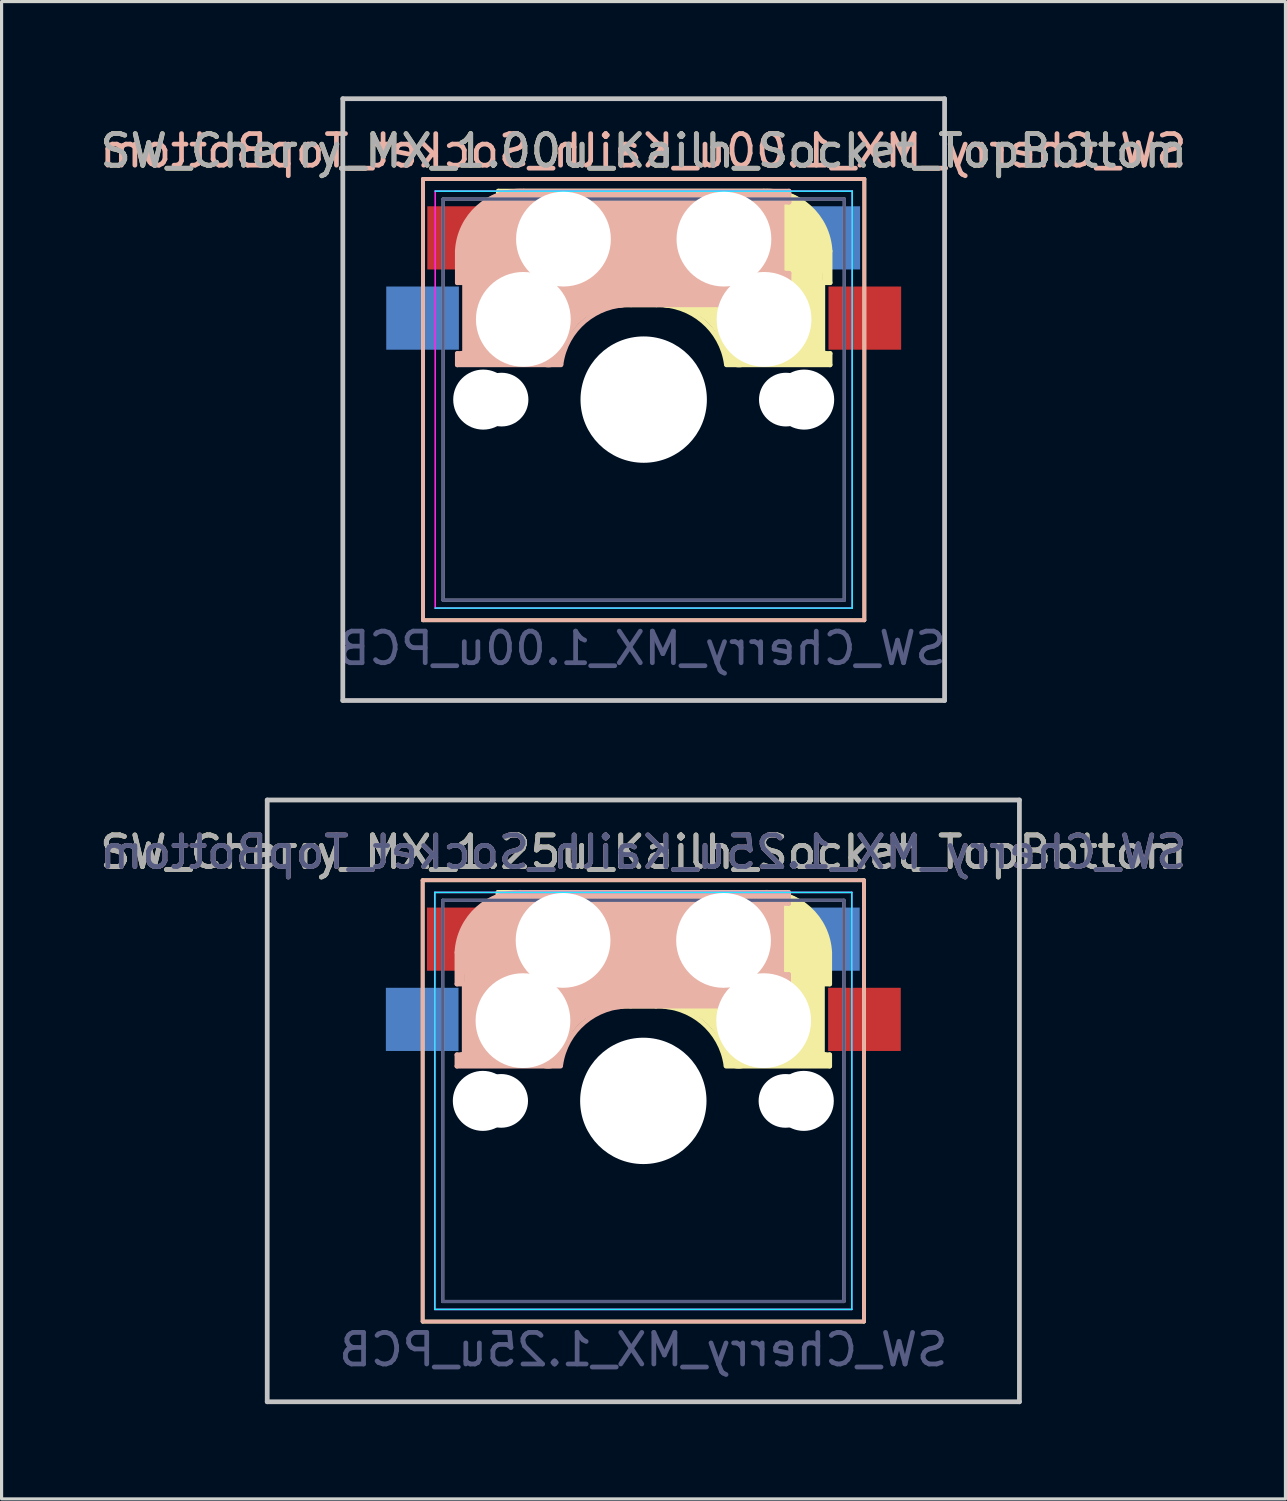
<source format=kicad_pcb>
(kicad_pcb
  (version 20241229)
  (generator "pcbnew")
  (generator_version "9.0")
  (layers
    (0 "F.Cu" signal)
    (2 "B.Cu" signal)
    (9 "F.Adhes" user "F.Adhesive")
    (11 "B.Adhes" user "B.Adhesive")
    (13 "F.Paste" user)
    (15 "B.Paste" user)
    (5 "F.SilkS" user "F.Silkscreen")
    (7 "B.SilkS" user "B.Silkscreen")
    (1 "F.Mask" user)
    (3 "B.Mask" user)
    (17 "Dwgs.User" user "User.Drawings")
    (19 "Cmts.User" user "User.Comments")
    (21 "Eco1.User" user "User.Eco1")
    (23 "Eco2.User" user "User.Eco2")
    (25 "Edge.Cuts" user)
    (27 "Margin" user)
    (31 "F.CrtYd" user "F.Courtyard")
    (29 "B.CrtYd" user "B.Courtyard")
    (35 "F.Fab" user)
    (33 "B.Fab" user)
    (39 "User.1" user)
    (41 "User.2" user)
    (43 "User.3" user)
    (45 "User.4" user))
  (footprint "SW_Cherry_MX_1.00u_Kailh_Socket_TopBottom"
    (layer "F.Cu")
    (at 19.867 4.52)
    (property "Reference" "SW_Cherry_MX_1.00u_Kailh_Socket_TopBottom" (at -2.54 -2.794 0) (layer "F.SilkS") (effects (font (size 1 1) (thickness 0.15))))
    (property "Value" "SW_Cherry_MX_1.00u_PCB" (at -2.54 12.954 0) (layer "F.Fab") (hide yes) (effects (font (size 1 1) (thickness 0.15))))
    (attr through_hole)
    (fp_line (start -9.525 -1.905) (end 4.445 -1.905) (stroke (width 0.12) (type solid)) (layer "F.SilkS"))
    (fp_line (start -9.525 12.065) (end -9.525 -1.905) (stroke (width 0.12) (type solid)) (layer "F.SilkS"))
    (fp_line (start -7.14 -1.52) (end 1.26 -1.52) (stroke (width 0.15) (type solid)) (layer "F.SilkS"))
    (fp_line (start -7.14 -1.17) (end -7.14 -1.52) (stroke (width 0.15) (type solid)) (layer "F.SilkS"))
    (fp_line (start -7.14 1.08) (end -6.94 1.08) (stroke (width 0.15) (type solid)) (layer "F.SilkS"))
    (fp_line (start -7.14 2.08) (end -7.14 1.08) (stroke (width 0.15) (type solid)) (layer "F.SilkS"))
    (fp_line (start -6.94 -1.32) (end -5.54 -1.32) (stroke (width 0.4) (type solid)) (layer "F.SilkS"))
    (fp_line (start -6.94 -1.17) (end -7.14 -1.17) (stroke (width 0.15) (type solid)) (layer "F.SilkS"))
    (fp_line (start -6.94 1.18) (end -6.94 1.88) (stroke (width 0.4) (type solid)) (layer "F.SilkS"))
    (fp_line (start -6.92 1.08) (end -6.92 -1.17) (stroke (width 0.15) (type solid)) (layer "F.SilkS"))
    (fp_line (start -6.84 1.78) (end -5.44 1.78) (stroke (width 0.5) (type solid)) (layer "F.SilkS"))
    (fp_line (start -6.44 -0.92) (end -6.44 1.58) (stroke (width 1) (type solid)) (layer "F.SilkS"))
    (fp_line (start -5.14 0.28) (end 1.56 0.28) (stroke (width 3.5) (type solid)) (layer "F.SilkS"))
    (fp_line (start -2.14 2.08) (end -7.14 2.08) (stroke (width 0.15) (type solid)) (layer "F.SilkS"))
    (fp_line (start 1.63 -0.02) (end 1.63 2.22) (stroke (width 3) (type solid)) (layer "F.SilkS"))
    (fp_line (start 2.76 3.48) (end 2.76 1.68) (stroke (width 0.8) (type solid)) (layer "F.SilkS"))
    (fp_line (start 3.13 1.38) (end 3.13 3.62) (stroke (width 0.15) (type solid)) (layer "F.SilkS"))
    (fp_line (start 3.16 3.62) (end 3.36 3.62) (stroke (width 0.15) (type solid)) (layer "F.SilkS"))
    (fp_line (start 3.16 3.78) (end 0.46 3.78) (stroke (width 0.5) (type solid)) (layer "F.SilkS"))
    (fp_line (start 3.26 1.28) (end 3.26 0.38) (stroke (width 0.3) (type solid)) (layer "F.SilkS"))
    (fp_line (start 3.36 0.38) (end 3.36 1.38) (stroke (width 0.15) (type solid)) (layer "F.SilkS"))
    (fp_line (start 3.36 1.38) (end 3.16 1.38) (stroke (width 0.15) (type solid)) (layer "F.SilkS"))
    (fp_line (start 3.36 3.98) (end 0.08 3.98) (stroke (width 0.15) (type solid)) (layer "F.SilkS"))
    (fp_line (start 3.36 3.98) (end 3.36 3.62) (stroke (width 0.15) (type solid)) (layer "F.SilkS"))
    (fp_line (start 4.445 -1.905) (end 4.445 12.065) (stroke (width 0.12) (type solid)) (layer "F.SilkS"))
    (fp_line (start 4.445 12.065) (end -9.525 12.065) (stroke (width 0.12) (type solid)) (layer "F.SilkS"))
    (fp_arc (start -2.14 2.08) (mid -0.671291 2.593882) (end 0.076318 3.958529) (stroke (width 0.15) (type solid)) (layer "F.SilkS"))
    (fp_arc (start -1.74 1.68) (mid -0.271291 2.193882) (end 0.476318 3.558529) (stroke (width 1) (type solid)) (layer "F.SilkS"))
    (fp_arc (start 1.26 -1.520001) (mid 2.703504 -1.004925) (end 3.360001 0.38) (stroke (width 0.15) (type solid)) (layer "F.SilkS"))
    (fp_line (start -9.525 12.065) (end -9.525 -1.905) (stroke (width 0.12) (type solid)) (layer "B.SilkS"))
    (fp_line (start -9.525 12.065) (end 4.445 12.065) (stroke (width 0.12) (type solid)) (layer "B.SilkS"))
    (fp_line (start -8.44 0.38) (end -8.44 1.38) (stroke (width 0.15) (type solid)) (layer "B.SilkS"))
    (fp_line (start -8.44 1.38) (end -8.24 1.38) (stroke (width 0.15) (type solid)) (layer "B.SilkS"))
    (fp_line (start -8.44 3.98) (end -8.44 3.62) (stroke (width 0.15) (type solid)) (layer "B.SilkS"))
    (fp_line (start -8.44 3.98) (end -5.16 3.98) (stroke (width 0.15) (type solid)) (layer "B.SilkS"))
    (fp_line (start -8.34 1.28) (end -8.34 0.38) (stroke (width 0.3) (type solid)) (layer "B.SilkS"))
    (fp_line (start -8.24 3.62) (end -8.44 3.62) (stroke (width 0.15) (type solid)) (layer "B.SilkS"))
    (fp_line (start -8.24 3.78) (end -5.54 3.78) (stroke (width 0.5) (type solid)) (layer "B.SilkS"))
    (fp_line (start -8.21 1.38) (end -8.21 3.62) (stroke (width 0.15) (type solid)) (layer "B.SilkS"))
    (fp_line (start -7.84 3.48) (end -7.84 1.68) (stroke (width 0.8) (type solid)) (layer "B.SilkS"))
    (fp_line (start -6.71 -0.02) (end -6.71 2.22) (stroke (width 3) (type solid)) (layer "B.SilkS"))
    (fp_line (start -2.94 2.08) (end 2.06 2.08) (stroke (width 0.15) (type solid)) (layer "B.SilkS"))
    (fp_line (start 0.06 0.28) (end -6.64 0.28) (stroke (width 3.5) (type solid)) (layer "B.SilkS"))
    (fp_line (start 1.36 -0.92) (end 1.36 1.58) (stroke (width 1) (type solid)) (layer "B.SilkS"))
    (fp_line (start 1.76 1.78) (end 0.36 1.78) (stroke (width 0.5) (type solid)) (layer "B.SilkS"))
    (fp_line (start 1.84 1.08) (end 1.84 -1.17) (stroke (width 0.15) (type solid)) (layer "B.SilkS"))
    (fp_line (start 1.86 -1.32) (end 0.46 -1.32) (stroke (width 0.4) (type solid)) (layer "B.SilkS"))
    (fp_line (start 1.86 -1.17) (end 2.06 -1.17) (stroke (width 0.15) (type solid)) (layer "B.SilkS"))
    (fp_line (start 1.86 1.18) (end 1.86 1.88) (stroke (width 0.4) (type solid)) (layer "B.SilkS"))
    (fp_line (start 2.06 -1.52) (end -6.34 -1.52) (stroke (width 0.15) (type solid)) (layer "B.SilkS"))
    (fp_line (start 2.06 -1.17) (end 2.06 -1.52) (stroke (width 0.15) (type solid)) (layer "B.SilkS"))
    (fp_line (start 2.06 1.08) (end 1.86 1.08) (stroke (width 0.15) (type solid)) (layer "B.SilkS"))
    (fp_line (start 2.06 2.08) (end 2.06 1.08) (stroke (width 0.15) (type solid)) (layer "B.SilkS"))
    (fp_line (start 4.445 -1.905) (end -9.525 -1.905) (stroke (width 0.12) (type solid)) (layer "B.SilkS"))
    (fp_line (start 4.445 -1.905) (end 4.445 12.065) (stroke (width 0.12) (type solid)) (layer "B.SilkS"))
    (fp_arc (start -8.44 0.380001) (mid -7.783504 -1.004924) (end -6.340001 -1.52) (stroke (width 0.15) (type solid)) (layer "B.SilkS"))
    (fp_arc (start -5.556318 3.558529) (mid -4.808709 2.193882) (end -3.34 1.68) (stroke (width 1) (type solid)) (layer "B.SilkS"))
    (fp_arc (start -5.156318 3.958529) (mid -4.408709 2.593882) (end -2.94 2.08) (stroke (width 0.15) (type solid)) (layer "B.SilkS"))
    (fp_line (start -12.065 -4.445) (end 6.985 -4.445) (stroke (width 0.15) (type solid)) (layer "Dwgs.User"))
    (fp_line (start -12.065 14.605) (end -12.065 -4.445) (stroke (width 0.15) (type solid)) (layer "Dwgs.User"))
    (fp_line (start 6.985 -4.445) (end 6.985 14.605) (stroke (width 0.15) (type solid)) (layer "Dwgs.User"))
    (fp_line (start 6.985 14.605) (end -12.065 14.605) (stroke (width 0.15) (type solid)) (layer "Dwgs.User"))
    (fp_line (start -9.14 11.68) (end 4.06 11.68) (stroke (width 0.05) (type solid)) (layer "B.CrtYd"))
    (fp_line (start 4.06 -1.52) (end -9.14 -1.52) (stroke (width 0.05) (type solid)) (layer "B.CrtYd"))
    (fp_line (start 4.06 -1.52) (end 4.06 11.68) (stroke (width 0.05) (type solid)) (layer "B.CrtYd"))
    (fp_line (start -9.14 -1.52) (end 4.06 -1.52) (stroke (width 0.05) (type solid)) (layer "F.CrtYd"))
    (fp_line (start -9.14 11.68) (end -9.14 -1.52) (stroke (width 0.05) (type solid)) (layer "F.CrtYd"))
    (fp_line (start 4.06 -1.52) (end 4.06 11.68) (stroke (width 0.05) (type solid)) (layer "F.CrtYd"))
    (fp_line (start 4.06 11.68) (end -9.14 11.68) (stroke (width 0.05) (type solid)) (layer "F.CrtYd"))
    (fp_line (start -8.89 11.43) (end -8.89 -1.27) (stroke (width 0.1) (type solid)) (layer "B.Fab"))
    (fp_line (start -8.89 11.43) (end 3.81 11.43) (stroke (width 0.1) (type solid)) (layer "B.Fab"))
    (fp_line (start 3.81 -1.27) (end -8.89 -1.27) (stroke (width 0.1) (type solid)) (layer "B.Fab"))
    (fp_line (start 3.81 -1.27) (end 3.81 11.43) (stroke (width 0.1) (type solid)) (layer "B.Fab"))
    (fp_line (start -8.89 -1.27) (end 3.81 -1.27) (stroke (width 0.1) (type solid)) (layer "F.Fab"))
    (fp_line (start -8.89 11.43) (end -8.89 -1.27) (stroke (width 0.1) (type solid)) (layer "F.Fab"))
    (fp_line (start 3.81 -1.27) (end 3.81 11.43) (stroke (width 0.1) (type solid)) (layer "F.Fab"))
    (fp_line (start 3.81 11.43) (end -8.89 11.43) (stroke (width 0.1) (type solid)) (layer "F.Fab"))
    (fp_text user "${REFERENCE}" (at -2.552 -2.796 0) (layer "B.SilkS") (effects (font (size 1 1) (thickness 0.15)) (justify mirror)))
    (fp_text user "${VALUE}" (at -2.6 12.954 0) (layer "B.Fab") (effects (font (size 1 1) (thickness 0.15)) (justify mirror)))
    (fp_text user "${REFERENCE}" (at -2.54 -2.794 0) (layer "F.Fab") (effects (font (size 1 1) (thickness 0.15))))
    (pad "" np_thru_hole circle (at -7.62 5.08) (size 1.9 1.9) (drill 1.9) (layers "*.Cu" "*.Mask"))
    (pad "" np_thru_hole circle (at -7.04 5.08) (size 1.7 1.7) (drill 1.7) (layers "*.Cu" "*.Mask"))
    (pad "" np_thru_hole circle (at -6.35 2.54) (size 3 3) (drill 3) (layers "*.Cu" "*.Mask"))
    (pad "" np_thru_hole circle (at -5.08 0) (size 3 3) (drill 3) (layers "*.Cu" "*.Mask"))
    (pad "" np_thru_hole circle (at -2.54 5.08) (size 4 4) (drill 4) (layers "*.Cu" "*.Mask"))
    (pad "" np_thru_hole circle (at 0 0) (size 3 3) (drill 3) (layers "*.Cu" "*.Mask"))
    (pad "" np_thru_hole circle (at 1.27 2.54) (size 3 3) (drill 3) (layers "*.Cu" "*.Mask"))
    (pad "" np_thru_hole circle (at 1.96 5.08) (size 1.7 1.7) (drill 1.7) (layers "*.Cu" "*.Mask"))
    (pad "" np_thru_hole circle (at 2.54 5.08) (size 1.9 1.9) (drill 1.9) (layers "*.Cu" "*.Mask"))
    (pad "1" smd rect (at 3.16 -0.04) (size 2.3 2) (layers "B.Cu" "B.Mask" "B.Paste"))
    (pad "1" smd rect (at 4.46 2.5) (size 2.3 2) (layers "F.Cu" "F.Mask" "F.Paste"))
    (pad "2" smd rect (at -9.54 2.5) (size 2.3 2) (layers "B.Cu" "B.Mask" "B.Paste"))
    (pad "2" smd rect (at -8.24 -0.04) (size 2.3 2) (layers "F.Cu" "F.Mask" "F.Paste")))
  (footprint "SW_Cherry_MX_1.25u_Kailh_Socket_TopBottom"
    (layer "F.Cu")
    (at 19.855 26.72)
    (property "Reference" "SW_Cherry_MX_1.25u_Kailh_Socket_TopBottom" (at -2.54 -2.794 0) (layer "F.SilkS") (effects (font (size 1 1) (thickness 0.15))))
    (property "Value" "SW_Cherry_MX_1.25u_PCB" (at -2.54 12.954 0) (layer "F.Fab") (hide yes) (effects (font (size 1 1) (thickness 0.15))))
    (fp_line (start -9.525 -1.905) (end 4.445 -1.905) (stroke (width 0.12) (type solid)) (layer "F.SilkS"))
    (fp_line (start -9.525 12.065) (end -9.525 -1.905) (stroke (width 0.12) (type solid)) (layer "F.SilkS"))
    (fp_line (start -7.14 -1.52) (end 1.26 -1.52) (stroke (width 0.15) (type solid)) (layer "F.SilkS"))
    (fp_line (start -7.14 -1.17) (end -7.14 -1.52) (stroke (width 0.15) (type solid)) (layer "F.SilkS"))
    (fp_line (start -7.14 1.08) (end -6.94 1.08) (stroke (width 0.15) (type solid)) (layer "F.SilkS"))
    (fp_line (start -7.14 2.08) (end -7.14 1.08) (stroke (width 0.15) (type solid)) (layer "F.SilkS"))
    (fp_line (start -6.94 -1.32) (end -5.54 -1.32) (stroke (width 0.4) (type solid)) (layer "F.SilkS"))
    (fp_line (start -6.94 -1.17) (end -7.14 -1.17) (stroke (width 0.15) (type solid)) (layer "F.SilkS"))
    (fp_line (start -6.94 1.18) (end -6.94 1.88) (stroke (width 0.4) (type solid)) (layer "F.SilkS"))
    (fp_line (start -6.92 1.08) (end -6.92 -1.17) (stroke (width 0.15) (type solid)) (layer "F.SilkS"))
    (fp_line (start -6.84 1.78) (end -5.44 1.78) (stroke (width 0.5) (type solid)) (layer "F.SilkS"))
    (fp_line (start -6.44 -0.92) (end -6.44 1.58) (stroke (width 1) (type solid)) (layer "F.SilkS"))
    (fp_line (start -5.14 0.28) (end 1.56 0.28) (stroke (width 3.5) (type solid)) (layer "F.SilkS"))
    (fp_line (start -2.14 2.08) (end -7.14 2.08) (stroke (width 0.15) (type solid)) (layer "F.SilkS"))
    (fp_line (start 1.63 -0.02) (end 1.63 2.22) (stroke (width 3) (type solid)) (layer "F.SilkS"))
    (fp_line (start 2.76 3.48) (end 2.76 1.68) (stroke (width 0.8) (type solid)) (layer "F.SilkS"))
    (fp_line (start 3.13 1.38) (end 3.13 3.62) (stroke (width 0.15) (type solid)) (layer "F.SilkS"))
    (fp_line (start 3.16 3.62) (end 3.36 3.62) (stroke (width 0.15) (type solid)) (layer "F.SilkS"))
    (fp_line (start 3.16 3.78) (end 0.46 3.78) (stroke (width 0.5) (type solid)) (layer "F.SilkS"))
    (fp_line (start 3.26 1.28) (end 3.26 0.38) (stroke (width 0.3) (type solid)) (layer "F.SilkS"))
    (fp_line (start 3.36 0.38) (end 3.36 1.38) (stroke (width 0.15) (type solid)) (layer "F.SilkS"))
    (fp_line (start 3.36 1.38) (end 3.16 1.38) (stroke (width 0.15) (type solid)) (layer "F.SilkS"))
    (fp_line (start 3.36 3.98) (end 0.08 3.98) (stroke (width 0.15) (type solid)) (layer "F.SilkS"))
    (fp_line (start 3.36 3.98) (end 3.36 3.62) (stroke (width 0.15) (type solid)) (layer "F.SilkS"))
    (fp_line (start 4.445 -1.905) (end 4.445 12.065) (stroke (width 0.12) (type solid)) (layer "F.SilkS"))
    (fp_line (start 4.445 12.065) (end -9.525 12.065) (stroke (width 0.12) (type solid)) (layer "F.SilkS"))
    (fp_arc (start -2.14 2.08) (mid -0.671291 2.593882) (end 0.076318 3.958529) (stroke (width 0.15) (type solid)) (layer "F.SilkS"))
    (fp_arc (start -1.74 1.68) (mid -0.271291 2.193882) (end 0.476318 3.558529) (stroke (width 1) (type solid)) (layer "F.SilkS"))
    (fp_arc (start 1.26 -1.520001) (mid 2.703504 -1.004925) (end 3.360001 0.38) (stroke (width 0.15) (type solid)) (layer "F.SilkS"))
    (fp_line (start -9.525 -1.905) (end -9.525 12.065) (stroke (width 0.12) (type solid)) (layer "B.SilkS"))
    (fp_line (start -9.525 12.065) (end 4.445 12.065) (stroke (width 0.12) (type solid)) (layer "B.SilkS"))
    (fp_line (start -8.44 0.38) (end -8.44 1.38) (stroke (width 0.15) (type solid)) (layer "B.SilkS"))
    (fp_line (start -8.44 1.38) (end -8.24 1.38) (stroke (width 0.15) (type solid)) (layer "B.SilkS"))
    (fp_line (start -8.44 3.98) (end -8.44 3.62) (stroke (width 0.15) (type solid)) (layer "B.SilkS"))
    (fp_line (start -8.44 3.98) (end -5.16 3.98) (stroke (width 0.15) (type solid)) (layer "B.SilkS"))
    (fp_line (start -8.34 1.28) (end -8.34 0.38) (stroke (width 0.3) (type solid)) (layer "B.SilkS"))
    (fp_line (start -8.24 3.62) (end -8.44 3.62) (stroke (width 0.15) (type solid)) (layer "B.SilkS"))
    (fp_line (start -8.24 3.78) (end -5.54 3.78) (stroke (width 0.5) (type solid)) (layer "B.SilkS"))
    (fp_line (start -8.21 1.38) (end -8.21 3.62) (stroke (width 0.15) (type solid)) (layer "B.SilkS"))
    (fp_line (start -7.84 3.48) (end -7.84 1.68) (stroke (width 0.8) (type solid)) (layer "B.SilkS"))
    (fp_line (start -6.71 -0.02) (end -6.71 2.22) (stroke (width 3) (type solid)) (layer "B.SilkS"))
    (fp_line (start -2.94 2.08) (end 2.06 2.08) (stroke (width 0.15) (type solid)) (layer "B.SilkS"))
    (fp_line (start 0.06 0.28) (end -6.64 0.28) (stroke (width 3.5) (type solid)) (layer "B.SilkS"))
    (fp_line (start 1.36 -0.92) (end 1.36 1.58) (stroke (width 1) (type solid)) (layer "B.SilkS"))
    (fp_line (start 1.76 1.78) (end 0.36 1.78) (stroke (width 0.5) (type solid)) (layer "B.SilkS"))
    (fp_line (start 1.84 1.08) (end 1.84 -1.17) (stroke (width 0.15) (type solid)) (layer "B.SilkS"))
    (fp_line (start 1.86 -1.32) (end 0.46 -1.32) (stroke (width 0.4) (type solid)) (layer "B.SilkS"))
    (fp_line (start 1.86 -1.17) (end 2.06 -1.17) (stroke (width 0.15) (type solid)) (layer "B.SilkS"))
    (fp_line (start 1.86 1.18) (end 1.86 1.88) (stroke (width 0.4) (type solid)) (layer "B.SilkS"))
    (fp_line (start 2.06 -1.52) (end -6.34 -1.52) (stroke (width 0.15) (type solid)) (layer "B.SilkS"))
    (fp_line (start 2.06 -1.17) (end 2.06 -1.52) (stroke (width 0.15) (type solid)) (layer "B.SilkS"))
    (fp_line (start 2.06 1.08) (end 1.86 1.08) (stroke (width 0.15) (type solid)) (layer "B.SilkS"))
    (fp_line (start 2.06 2.08) (end 2.06 1.08) (stroke (width 0.15) (type solid)) (layer "B.SilkS"))
    (fp_line (start 4.445 -1.905) (end -9.525 -1.905) (stroke (width 0.12) (type solid)) (layer "B.SilkS"))
    (fp_line (start 4.445 12.065) (end 4.445 -1.905) (stroke (width 0.12) (type solid)) (layer "B.SilkS"))
    (fp_arc (start -8.44 0.380001) (mid -7.783504 -1.004924) (end -6.340001 -1.52) (stroke (width 0.15) (type solid)) (layer "B.SilkS"))
    (fp_arc (start -5.556318 3.558529) (mid -4.808709 2.193882) (end -3.34 1.68) (stroke (width 1) (type solid)) (layer "B.SilkS"))
    (fp_arc (start -5.156318 3.958529) (mid -4.408709 2.593882) (end -2.94 2.08) (stroke (width 0.15) (type solid)) (layer "B.SilkS"))
    (fp_line (start -14.446 -4.445) (end 9.366 -4.445) (stroke (width 0.15) (type solid)) (layer "Dwgs.User"))
    (fp_line (start -14.446 14.605) (end -14.446 -4.445) (stroke (width 0.15) (type solid)) (layer "Dwgs.User"))
    (fp_line (start 9.366 -4.445) (end 9.366 14.605) (stroke (width 0.15) (type solid)) (layer "Dwgs.User"))
    (fp_line (start 9.366 14.605) (end -14.446 14.605) (stroke (width 0.15) (type solid)) (layer "Dwgs.User"))
    (fp_line (start -9.14 -1.52) (end -9.14 11.68) (stroke (width 0.05) (type solid)) (layer "B.CrtYd"))
    (fp_line (start -9.14 11.68) (end 4.06 11.68) (stroke (width 0.05) (type solid)) (layer "B.CrtYd"))
    (fp_line (start 4.06 -1.52) (end -9.14 -1.52) (stroke (width 0.05) (type solid)) (layer "B.CrtYd"))
    (fp_line (start 4.06 11.68) (end 4.06 -1.52) (stroke (width 0.05) (type solid)) (layer "B.CrtYd"))
    (fp_line (start -9.14 -1.52) (end 4.06 -1.52) (stroke (width 0.05) (type solid)) (layer "F.CrtYd"))
    (fp_line (start -9.14 11.68) (end -9.14 -1.52) (stroke (width 0.05) (type solid)) (layer "F.CrtYd"))
    (fp_line (start 4.06 -1.52) (end 4.06 11.68) (stroke (width 0.05) (type solid)) (layer "F.CrtYd"))
    (fp_line (start 4.06 11.68) (end -9.14 11.68) (stroke (width 0.05) (type solid)) (layer "F.CrtYd"))
    (fp_line (start -8.89 -1.27) (end -8.89 11.43) (stroke (width 0.1) (type solid)) (layer "B.Fab"))
    (fp_line (start -8.89 11.43) (end 3.81 11.43) (stroke (width 0.1) (type solid)) (layer "B.Fab"))
    (fp_line (start 3.81 -1.27) (end -8.89 -1.27) (stroke (width 0.1) (type solid)) (layer "B.Fab"))
    (fp_line (start 3.81 11.43) (end 3.81 -1.27) (stroke (width 0.1) (type solid)) (layer "B.Fab"))
    (fp_line (start -8.89 -1.27) (end 3.81 -1.27) (stroke (width 0.1) (type solid)) (layer "F.Fab"))
    (fp_line (start -8.89 11.43) (end -8.89 -1.27) (stroke (width 0.1) (type solid)) (layer "F.Fab"))
    (fp_line (start 3.81 -1.27) (end 3.81 11.43) (stroke (width 0.1) (type solid)) (layer "F.Fab"))
    (fp_line (start 3.81 11.43) (end -8.89 11.43) (stroke (width 0.1) (type solid)) (layer "F.Fab"))
    (fp_text user "${REFERENCE}" (at -2.54 -2.794 0) (layer "B.SilkS") (effects (font (size 1 1) (thickness 0.15)) (justify mirror)))
    (fp_text user "${VALUE}" (at -2.54 12.954 0) (layer "B.Fab") (effects (font (size 1 1) (thickness 0.15)) (justify mirror)))
    (fp_text user "${REFERENCE}" (at -2.54 -2.794 0) (layer "B.Fab") (effects (font (size 1 1) (thickness 0.15)) (justify mirror)))
    (fp_text user "${REFERENCE}" (at -2.54 -2.794 0) (layer "F.Fab") (effects (font (size 1 1) (thickness 0.15))))
    (pad "" np_thru_hole circle (at -7.62 5.08) (size 1.9 1.9) (drill 1.9) (layers "*.Cu" "*.Mask"))
    (pad "" np_thru_hole circle (at -7.04 5.08) (size 1.7 1.7) (drill 1.7) (layers "*.Cu" "*.Mask"))
    (pad "" np_thru_hole circle (at -6.35 2.54) (size 3 3) (drill 3) (layers "*.Cu" "*.Mask"))
    (pad "" np_thru_hole circle (at -5.08 0) (size 3 3) (drill 3) (layers "*.Cu" "*.Mask"))
    (pad "" np_thru_hole circle (at -2.54 5.08) (size 4 4) (drill 4) (layers "*.Cu" "*.Mask"))
    (pad "" np_thru_hole circle (at 0 0) (size 3 3) (drill 3) (layers "*.Cu" "*.Mask"))
    (pad "" np_thru_hole circle (at 1.27 2.54) (size 3 3) (drill 3) (layers "*.Cu" "*.Mask"))
    (pad "" np_thru_hole circle (at 1.96 5.08) (size 1.7 1.7) (drill 1.7) (layers "*.Cu" "*.Mask"))
    (pad "" np_thru_hole circle (at 2.54 5.08) (size 1.9 1.9) (drill 1.9) (layers "*.Cu" "*.Mask"))
    (pad "1" smd rect (at 3.16 -0.04) (size 2.3 2) (layers "B.Cu" "B.Mask" "B.Paste"))
    (pad "1" smd rect (at 4.46 2.5) (size 2.3 2) (layers "F.Cu" "F.Mask" "F.Paste"))
    (pad "2" smd rect (at -9.54 2.5) (size 2.3 2) (layers "B.Cu" "B.Mask" "B.Paste"))
    (pad "2" smd rect (at -8.24 -0.04) (size 2.3 2) (layers "F.Cu" "F.Mask" "F.Paste")))
  (gr_rect
    (start -3 -3)
    (end 37.643 44.4)
    (stroke (width 0.1) (type default))
    (fill no)
    (layer "Edge.Cuts")))
</source>
